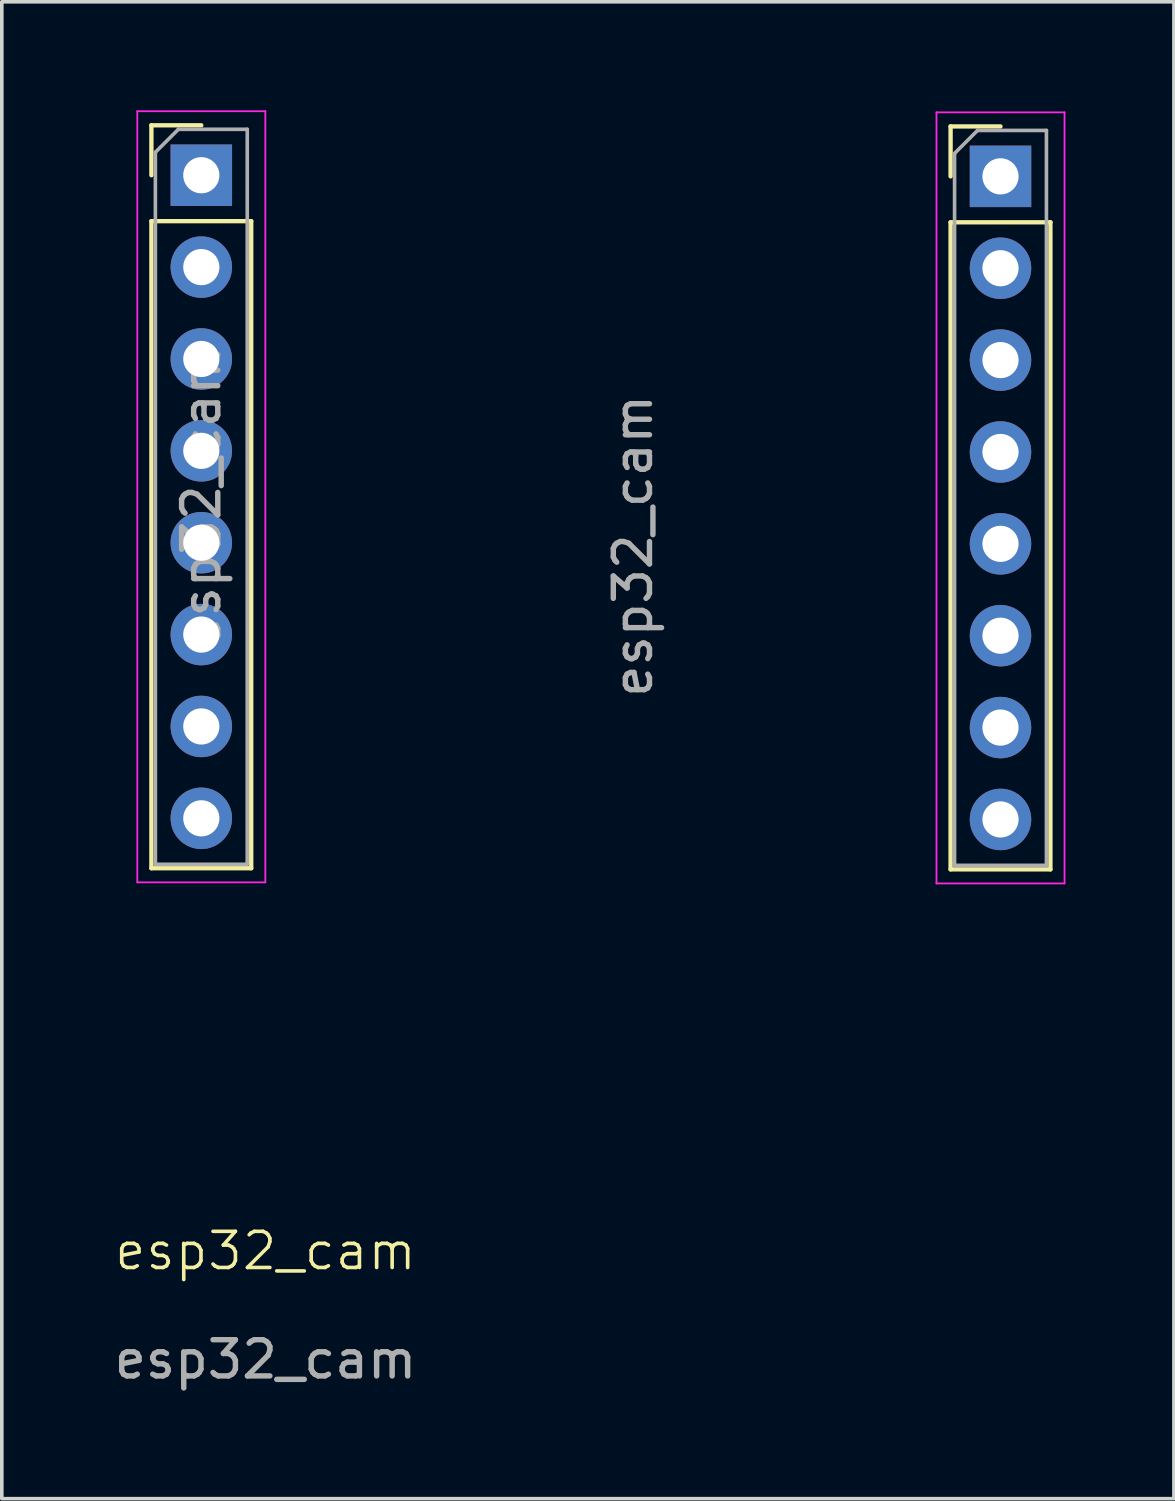
<source format=kicad_pcb>
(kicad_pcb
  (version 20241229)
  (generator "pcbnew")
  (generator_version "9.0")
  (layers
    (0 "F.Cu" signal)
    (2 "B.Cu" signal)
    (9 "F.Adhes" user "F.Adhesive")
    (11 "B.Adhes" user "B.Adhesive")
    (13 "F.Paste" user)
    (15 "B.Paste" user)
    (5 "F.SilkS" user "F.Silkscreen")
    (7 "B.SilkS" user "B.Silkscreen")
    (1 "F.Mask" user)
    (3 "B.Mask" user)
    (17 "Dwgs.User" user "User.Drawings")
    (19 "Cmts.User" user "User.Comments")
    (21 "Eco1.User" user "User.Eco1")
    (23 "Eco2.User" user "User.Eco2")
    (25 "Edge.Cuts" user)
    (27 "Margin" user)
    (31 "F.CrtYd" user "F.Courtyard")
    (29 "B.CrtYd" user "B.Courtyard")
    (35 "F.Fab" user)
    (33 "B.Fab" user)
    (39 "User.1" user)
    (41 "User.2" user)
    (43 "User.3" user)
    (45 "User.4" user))
  (footprint "esp32_cam"
    (layer "F.Cu")
    (at 4.292 21.376)
    (property "Reference" "esp32_cam" (at 0 10.16 0) (unlocked yes) (layer "F.SilkS") (effects (font (size 1 1) (thickness 0.1))))
    (attr through_hole)
    (fp_line (start -3.156 -20.961) (end -1.776 -20.961) (stroke (width 0.12) (type solid)) (layer "F.SilkS"))
    (fp_line (start -3.156 -19.581) (end -3.156 -20.961) (stroke (width 0.12) (type solid)) (layer "F.SilkS"))
    (fp_line (start -3.156 -18.311) (end -3.156 -0.421) (stroke (width 0.12) (type solid)) (layer "F.SilkS"))
    (fp_line (start -3.156 -18.311) (end -0.396 -18.311) (stroke (width 0.12) (type solid)) (layer "F.SilkS"))
    (fp_line (start -3.156 -0.421) (end -0.396 -0.421) (stroke (width 0.12) (type solid)) (layer "F.SilkS"))
    (fp_line (start -0.396 -18.311) (end -0.396 -0.421) (stroke (width 0.12) (type solid)) (layer "F.SilkS"))
    (fp_line (start 18.94 -20.93) (end 20.32 -20.93) (stroke (width 0.12) (type solid)) (layer "F.SilkS"))
    (fp_line (start 18.94 -19.55) (end 18.94 -20.93) (stroke (width 0.12) (type solid)) (layer "F.SilkS"))
    (fp_line (start 18.94 -18.28) (end 18.94 -0.39) (stroke (width 0.12) (type solid)) (layer "F.SilkS"))
    (fp_line (start 18.94 -18.28) (end 21.7 -18.28) (stroke (width 0.12) (type solid)) (layer "F.SilkS"))
    (fp_line (start 18.94 -0.39) (end 21.7 -0.39) (stroke (width 0.12) (type solid)) (layer "F.SilkS"))
    (fp_line (start 21.7 -18.28) (end 21.7 -0.39) (stroke (width 0.12) (type solid)) (layer "F.SilkS"))
    (fp_line (start -3.546 -21.351) (end -3.546 -0.031) (stroke (width 0.05) (type solid)) (layer "F.CrtYd"))
    (fp_line (start -3.546 -0.031) (end -0.006 -0.031) (stroke (width 0.05) (type solid)) (layer "F.CrtYd"))
    (fp_line (start -0.006 -21.351) (end -3.546 -21.351) (stroke (width 0.05) (type solid)) (layer "F.CrtYd"))
    (fp_line (start -0.006 -0.031) (end -0.006 -21.351) (stroke (width 0.05) (type solid)) (layer "F.CrtYd"))
    (fp_line (start 18.55 -21.32) (end 18.55 0) (stroke (width 0.05) (type solid)) (layer "F.CrtYd"))
    (fp_line (start 18.55 0) (end 22.09 0) (stroke (width 0.05) (type solid)) (layer "F.CrtYd"))
    (fp_line (start 22.09 -21.32) (end 18.55 -21.32) (stroke (width 0.05) (type solid)) (layer "F.CrtYd"))
    (fp_line (start 22.09 0) (end 22.09 -21.32) (stroke (width 0.05) (type solid)) (layer "F.CrtYd"))
    (fp_line (start -3.046 -20.216) (end -2.411 -20.851) (stroke (width 0.1) (type solid)) (layer "F.Fab"))
    (fp_line (start -3.046 -0.531) (end -3.046 -20.216) (stroke (width 0.1) (type solid)) (layer "F.Fab"))
    (fp_line (start -2.411 -20.851) (end -0.506 -20.851) (stroke (width 0.1) (type solid)) (layer "F.Fab"))
    (fp_line (start -0.506 -20.851) (end -0.506 -0.531) (stroke (width 0.1) (type solid)) (layer "F.Fab"))
    (fp_line (start -0.506 -0.531) (end -3.046 -0.531) (stroke (width 0.1) (type solid)) (layer "F.Fab"))
    (fp_line (start 19.05 -20.185) (end 19.685 -20.82) (stroke (width 0.1) (type solid)) (layer "F.Fab"))
    (fp_line (start 19.05 -0.5) (end 19.05 -20.185) (stroke (width 0.1) (type solid)) (layer "F.Fab"))
    (fp_line (start 19.685 -20.82) (end 21.59 -20.82) (stroke (width 0.1) (type solid)) (layer "F.Fab"))
    (fp_line (start 21.59 -20.82) (end 21.59 -0.5) (stroke (width 0.1) (type solid)) (layer "F.Fab"))
    (fp_line (start 21.59 -0.5) (end 19.05 -0.5) (stroke (width 0.1) (type solid)) (layer "F.Fab"))
    (fp_text user "${REFERENCE}" (at 0 13.16 0) (unlocked yes) (layer "F.Fab") (effects (font (size 1 1) (thickness 0.15))))
    (fp_text user "${REFERENCE}" (at -1.776 -10.691 90) (layer "F.Fab") (effects (font (size 1 1) (thickness 0.15))))
    (fp_text user "${REFERENCE}" (at 10.16 -9.335 90) (layer "F.Fab") (effects (font (size 1 1) (thickness 0.15))))
    (pad "1" thru_hole rect (at -1.776 -19.581) (size 1.7 1.7) (drill 1) (layers "*.Cu" "*.Mask"))
    (pad "2" thru_hole circle (at -1.776 -17.041) (size 1.7 1.7) (drill 1) (layers "*.Cu" "*.Mask"))
    (pad "3" thru_hole circle (at -1.776 -14.501) (size 1.7 1.7) (drill 1) (layers "*.Cu" "*.Mask"))
    (pad "4" thru_hole circle (at -1.776 -11.961) (size 1.7 1.7) (drill 1) (layers "*.Cu" "*.Mask"))
    (pad "5" thru_hole circle (at -1.776 -9.421) (size 1.7 1.7) (drill 1) (layers "*.Cu" "*.Mask"))
    (pad "6" thru_hole circle (at -1.776 -6.881) (size 1.7 1.7) (drill 1) (layers "*.Cu" "*.Mask"))
    (pad "7" thru_hole circle (at -1.776 -4.341) (size 1.7 1.7) (drill 1) (layers "*.Cu" "*.Mask"))
    (pad "8" thru_hole circle (at -1.776 -1.801) (size 1.7 1.7) (drill 1) (layers "*.Cu" "*.Mask"))
    (pad "9" thru_hole rect (at 20.32 -19.55) (size 1.7 1.7) (drill 1) (layers "*.Cu" "*.Mask"))
    (pad "10" thru_hole circle (at 20.32 -17.01) (size 1.7 1.7) (drill 1) (layers "*.Cu" "*.Mask"))
    (pad "11" thru_hole circle (at 20.32 -14.47) (size 1.7 1.7) (drill 1) (layers "*.Cu" "*.Mask"))
    (pad "12" thru_hole circle (at 20.32 -11.93) (size 1.7 1.7) (drill 1) (layers "*.Cu" "*.Mask"))
    (pad "13" thru_hole circle (at 20.32 -9.39) (size 1.7 1.7) (drill 1) (layers "*.Cu" "*.Mask"))
    (pad "14" thru_hole circle (at 20.32 -6.85) (size 1.7 1.7) (drill 1) (layers "*.Cu" "*.Mask"))
    (pad "15" thru_hole circle (at 20.32 -4.31) (size 1.7 1.7) (drill 1) (layers "*.Cu" "*.Mask"))
    (pad "16" thru_hole circle (at 20.32 -1.77) (size 1.7 1.7) (drill 1) (layers "*.Cu" "*.Mask")))
  (gr_rect
    (start -3 -3)
    (end 29.407 38.385)
    (stroke (width 0.1) (type default))
    (fill no)
    (layer "Edge.Cuts")))
</source>
